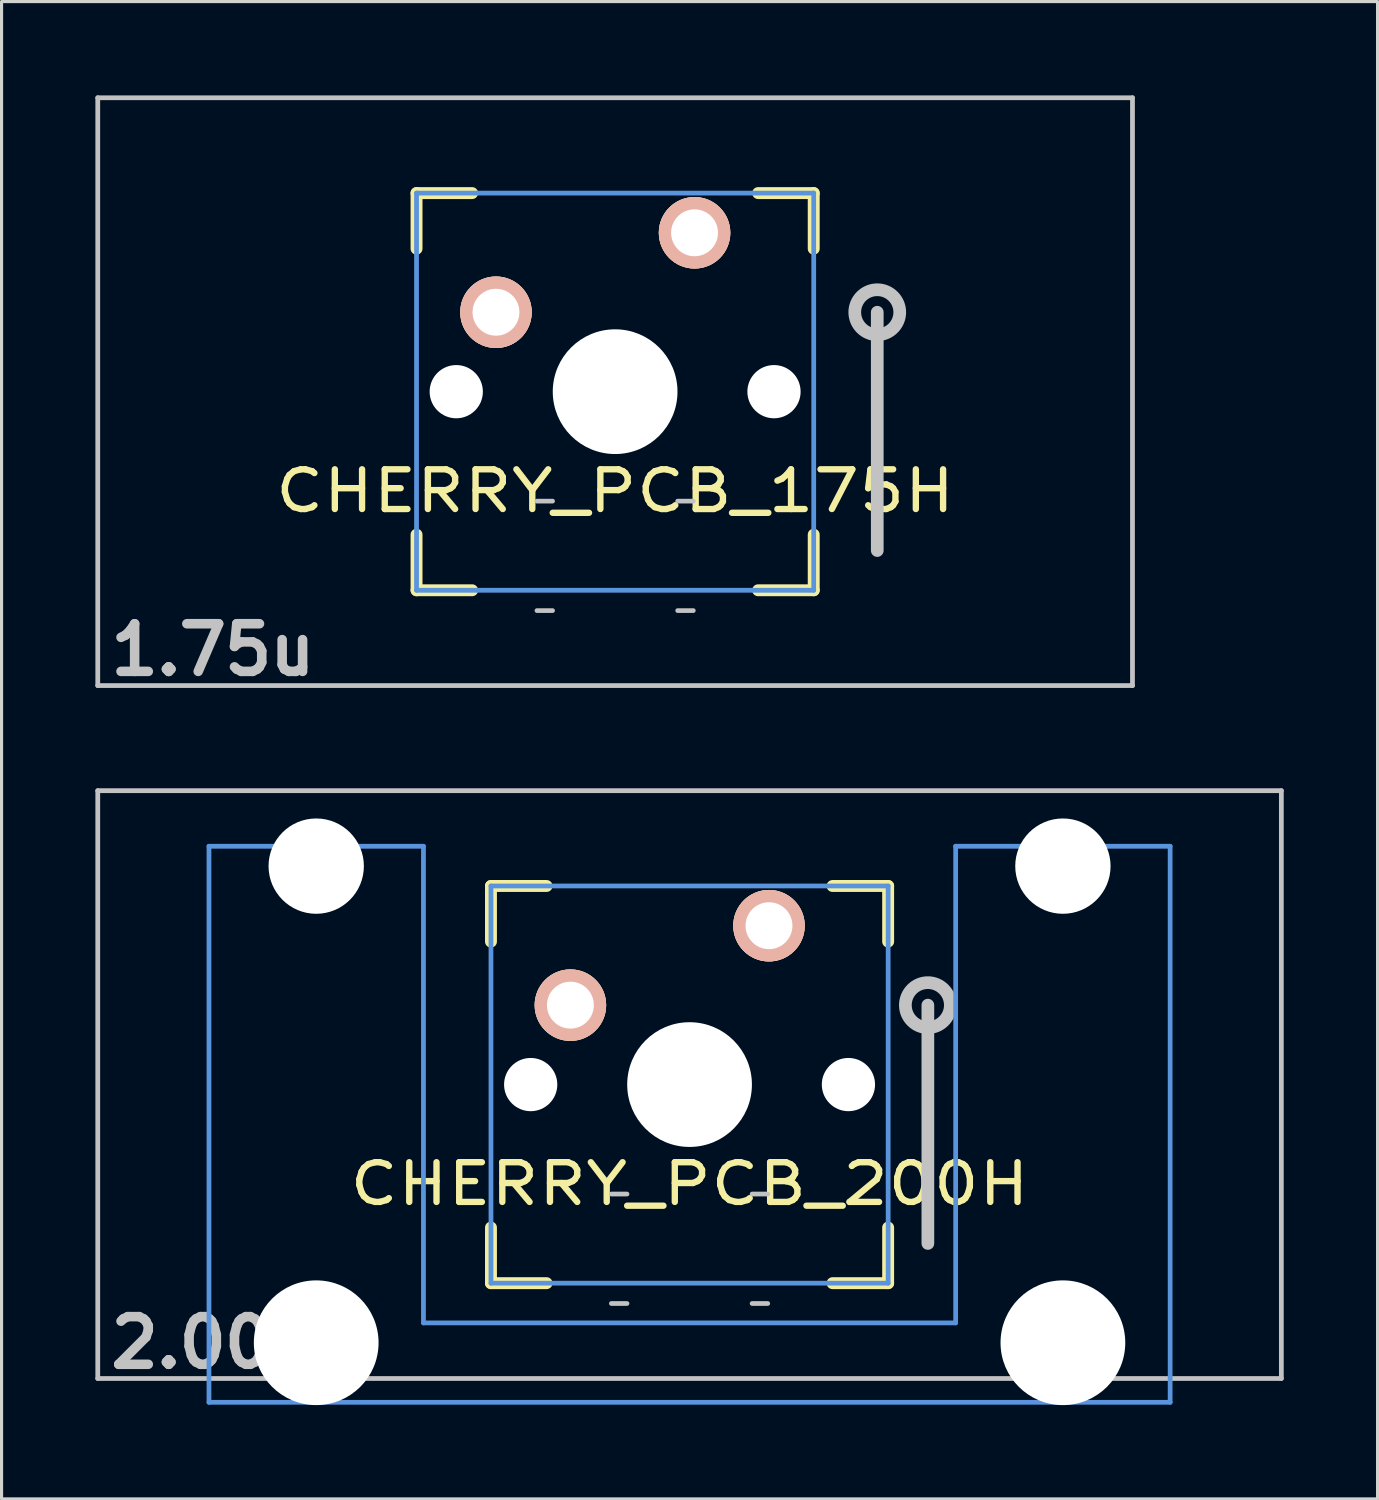
<source format=kicad_pcb>
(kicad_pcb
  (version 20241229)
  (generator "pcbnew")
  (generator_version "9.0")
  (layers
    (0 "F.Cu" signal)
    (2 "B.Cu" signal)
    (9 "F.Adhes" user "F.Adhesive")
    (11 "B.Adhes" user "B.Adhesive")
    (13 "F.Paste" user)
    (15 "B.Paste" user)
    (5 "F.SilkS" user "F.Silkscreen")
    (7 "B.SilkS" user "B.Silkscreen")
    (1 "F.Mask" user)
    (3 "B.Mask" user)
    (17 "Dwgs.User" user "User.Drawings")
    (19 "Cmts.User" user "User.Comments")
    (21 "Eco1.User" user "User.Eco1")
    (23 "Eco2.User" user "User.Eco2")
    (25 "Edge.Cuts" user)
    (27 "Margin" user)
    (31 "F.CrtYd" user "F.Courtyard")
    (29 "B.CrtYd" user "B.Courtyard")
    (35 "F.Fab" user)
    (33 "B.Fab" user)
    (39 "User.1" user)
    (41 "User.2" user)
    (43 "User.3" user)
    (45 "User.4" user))
  (footprint "CHERRY_PCB_200H"
    (layer "F.Cu")
    (at 18.999 31.63)
    (property "Reference" "CHERRY_PCB_200H" (at 0 3.175 0) (layer "F.SilkS") (effects (font (size 1.27 1.524) (thickness 0.203))))
    (attr through_hole)
    (fp_line (start -6.35 -6.35) (end -4.572 -6.35) (stroke (width 0.381) (type solid)) (layer "F.SilkS"))
    (fp_line (start -6.35 -4.572) (end -6.35 -6.35) (stroke (width 0.381) (type solid)) (layer "F.SilkS"))
    (fp_line (start -6.35 6.35) (end -6.35 4.572) (stroke (width 0.381) (type solid)) (layer "F.SilkS"))
    (fp_line (start -4.572 6.35) (end -6.35 6.35) (stroke (width 0.381) (type solid)) (layer "F.SilkS"))
    (fp_line (start 4.572 -6.35) (end 6.35 -6.35) (stroke (width 0.381) (type solid)) (layer "F.SilkS"))
    (fp_line (start 6.35 -6.35) (end 6.35 -4.572) (stroke (width 0.381) (type solid)) (layer "F.SilkS"))
    (fp_line (start 6.35 4.572) (end 6.35 6.35) (stroke (width 0.381) (type solid)) (layer "F.SilkS"))
    (fp_line (start 6.35 6.35) (end 4.572 6.35) (stroke (width 0.381) (type solid)) (layer "F.SilkS"))
    (fp_line (start -18.923 -9.398) (end 18.923 -9.398) (stroke (width 0.152) (type solid)) (layer "Dwgs.User"))
    (fp_line (start -18.923 9.398) (end -18.923 -9.398) (stroke (width 0.152) (type solid)) (layer "Dwgs.User"))
    (fp_line (start -2.5 3.5) (end -2 3.5) (stroke (width 0.15) (type solid)) (layer "Dwgs.User"))
    (fp_line (start -2.5 7) (end -2 7) (stroke (width 0.15) (type solid)) (layer "Dwgs.User"))
    (fp_line (start 2 3.5) (end 2.5 3.5) (stroke (width 0.15) (type solid)) (layer "Dwgs.User"))
    (fp_line (start 2 7) (end 2.5 7) (stroke (width 0.15) (type solid)) (layer "Dwgs.User"))
    (fp_line (start 7.62 -2.54) (end 7.62 5.08) (stroke (width 0.406) (type solid)) (layer "Dwgs.User"))
    (fp_line (start 18.923 -9.398) (end 18.923 9.398) (stroke (width 0.152) (type solid)) (layer "Dwgs.User"))
    (fp_line (start 18.923 9.398) (end -18.923 9.398) (stroke (width 0.152) (type solid)) (layer "Dwgs.User"))
    (fp_circle (center 7.62 -2.54) (end 8.23 -2.921) (stroke (width 0.406) (type solid)) (fill no) (layer "Dwgs.User"))
    (fp_line (start -15.367 -7.62) (end -15.367 10.16) (stroke (width 0.152) (type solid)) (layer "Cmts.User"))
    (fp_line (start -15.367 10.16) (end 15.367 10.16) (stroke (width 0.152) (type solid)) (layer "Cmts.User"))
    (fp_line (start -8.509 -7.62) (end -15.367 -7.62) (stroke (width 0.152) (type solid)) (layer "Cmts.User"))
    (fp_line (start -8.509 7.62) (end -8.509 -7.62) (stroke (width 0.152) (type solid)) (layer "Cmts.User"))
    (fp_line (start -6.35 -6.35) (end 6.35 -6.35) (stroke (width 0.152) (type solid)) (layer "Cmts.User"))
    (fp_line (start -6.35 6.35) (end -6.35 -6.35) (stroke (width 0.152) (type solid)) (layer "Cmts.User"))
    (fp_line (start 6.35 -6.35) (end 6.35 6.35) (stroke (width 0.152) (type solid)) (layer "Cmts.User"))
    (fp_line (start 6.35 6.35) (end -6.35 6.35) (stroke (width 0.152) (type solid)) (layer "Cmts.User"))
    (fp_line (start 8.509 -7.62) (end 8.509 7.62) (stroke (width 0.152) (type solid)) (layer "Cmts.User"))
    (fp_line (start 8.509 7.62) (end -8.509 7.62) (stroke (width 0.152) (type solid)) (layer "Cmts.User"))
    (fp_line (start 15.367 -7.62) (end 8.509 -7.62) (stroke (width 0.152) (type solid)) (layer "Cmts.User"))
    (fp_line (start 15.367 10.16) (end 15.367 -7.62) (stroke (width 0.152) (type solid)) (layer "Cmts.User"))
    (fp_line (start -16.129 -2.286) (end -15.265 -2.286) (stroke (width 0.152) (type solid)) (layer "Eco2.User"))
    (fp_line (start -16.129 0.508) (end -16.129 -2.286) (stroke (width 0.152) (type solid)) (layer "Eco2.User"))
    (fp_line (start -15.265 -5.69) (end -8.611 -5.69) (stroke (width 0.152) (type solid)) (layer "Eco2.User"))
    (fp_line (start -15.265 -2.286) (end -15.265 -5.69) (stroke (width 0.152) (type solid)) (layer "Eco2.User"))
    (fp_line (start -15.265 0.508) (end -16.129 0.508) (stroke (width 0.152) (type solid)) (layer "Eco2.User"))
    (fp_line (start -15.265 6.604) (end -15.265 0.508) (stroke (width 0.152) (type solid)) (layer "Eco2.User"))
    (fp_line (start -14.224 6.604) (end -15.265 6.604) (stroke (width 0.152) (type solid)) (layer "Eco2.User"))
    (fp_line (start -14.224 7.772) (end -14.224 6.604) (stroke (width 0.152) (type solid)) (layer "Eco2.User"))
    (fp_line (start -9.652 6.604) (end -9.652 7.772) (stroke (width 0.152) (type solid)) (layer "Eco2.User"))
    (fp_line (start -9.652 7.772) (end -14.224 7.772) (stroke (width 0.152) (type solid)) (layer "Eco2.User"))
    (fp_line (start -8.611 -5.69) (end -8.611 -4.877) (stroke (width 0.152) (type solid)) (layer "Eco2.User"))
    (fp_line (start -8.611 -4.877) (end -6.985 -4.877) (stroke (width 0.152) (type solid)) (layer "Eco2.User"))
    (fp_line (start -8.611 5.817) (end -8.611 6.604) (stroke (width 0.152) (type solid)) (layer "Eco2.User"))
    (fp_line (start -8.611 6.604) (end -9.652 6.604) (stroke (width 0.152) (type solid)) (layer "Eco2.User"))
    (fp_line (start -6.985 -6.985) (end 6.985 -6.985) (stroke (width 0.152) (type solid)) (layer "Eco2.User"))
    (fp_line (start -6.985 -4.877) (end -6.985 -6.985) (stroke (width 0.152) (type solid)) (layer "Eco2.User"))
    (fp_line (start -6.985 5.817) (end -8.611 5.817) (stroke (width 0.152) (type solid)) (layer "Eco2.User"))
    (fp_line (start -6.985 6.985) (end -6.985 5.817) (stroke (width 0.152) (type solid)) (layer "Eco2.User"))
    (fp_line (start 6.985 -6.985) (end 6.985 -4.877) (stroke (width 0.152) (type solid)) (layer "Eco2.User"))
    (fp_line (start 6.985 -4.877) (end 8.611 -4.877) (stroke (width 0.152) (type solid)) (layer "Eco2.User"))
    (fp_line (start 6.985 5.817) (end 6.985 6.985) (stroke (width 0.152) (type solid)) (layer "Eco2.User"))
    (fp_line (start 6.985 6.985) (end -6.985 6.985) (stroke (width 0.152) (type solid)) (layer "Eco2.User"))
    (fp_line (start 8.611 -5.69) (end 15.265 -5.69) (stroke (width 0.152) (type solid)) (layer "Eco2.User"))
    (fp_line (start 8.611 -4.877) (end 8.611 -5.69) (stroke (width 0.152) (type solid)) (layer "Eco2.User"))
    (fp_line (start 8.611 5.817) (end 6.985 5.817) (stroke (width 0.152) (type solid)) (layer "Eco2.User"))
    (fp_line (start 8.611 6.604) (end 8.611 5.817) (stroke (width 0.152) (type solid)) (layer "Eco2.User"))
    (fp_line (start 9.652 6.604) (end 8.611 6.604) (stroke (width 0.152) (type solid)) (layer "Eco2.User"))
    (fp_line (start 9.652 7.772) (end 9.652 6.604) (stroke (width 0.152) (type solid)) (layer "Eco2.User"))
    (fp_line (start 14.224 6.604) (end 14.224 7.772) (stroke (width 0.152) (type solid)) (layer "Eco2.User"))
    (fp_line (start 14.224 7.772) (end 9.652 7.772) (stroke (width 0.152) (type solid)) (layer "Eco2.User"))
    (fp_line (start 15.265 -5.69) (end 15.265 -2.286) (stroke (width 0.152) (type solid)) (layer "Eco2.User"))
    (fp_line (start 15.265 -2.286) (end 16.129 -2.286) (stroke (width 0.152) (type solid)) (layer "Eco2.User"))
    (fp_line (start 15.265 0.508) (end 15.265 6.604) (stroke (width 0.152) (type solid)) (layer "Eco2.User"))
    (fp_line (start 15.265 6.604) (end 14.224 6.604) (stroke (width 0.152) (type solid)) (layer "Eco2.User"))
    (fp_line (start 16.129 -2.286) (end 16.129 0.508) (stroke (width 0.152) (type solid)) (layer "Eco2.User"))
    (fp_line (start 16.129 0.508) (end 15.265 0.508) (stroke (width 0.152) (type solid)) (layer "Eco2.User"))
    (fp_text user "2.00u" (at -15.24 8.255 0) (layer "Dwgs.User") (effects (font (size 1.524 1.524) (thickness 0.305))))
    (pad "" np_thru_hole circle (at -11.938 -6.985) (size 3.048 3.048) (drill 3.048) (layers "*.Cu"))
    (pad "" np_thru_hole circle (at -11.938 8.255) (size 3.988 3.988) (drill 3.988) (layers "*.Cu"))
    (pad "" np_thru_hole circle (at -5.08 0) (size 1.702 1.702) (drill 1.702) (layers "*.Cu"))
    (pad "" np_thru_hole circle (at 0 0) (size 3.988 3.988) (drill 3.988) (layers "*.Cu"))
    (pad "" np_thru_hole circle (at 5.08 0) (size 1.702 1.702) (drill 1.702) (layers "*.Cu"))
    (pad "" np_thru_hole circle (at 11.938 -6.985) (size 3.048 3.048) (drill 3.048) (layers "*.Cu"))
    (pad "" np_thru_hole circle (at 11.938 8.255) (size 3.988 3.988) (drill 3.988) (layers "*.Cu"))
    (pad "1" thru_hole circle (at 2.54 -5.08) (size 2.286 2.286) (drill 1.499) (layers "*.Cu" "*.SilkS" "*.Mask"))
    (pad "2" thru_hole circle (at -3.81 -2.54) (size 2.286 2.286) (drill 1.499) (layers "*.Cu" "*.SilkS" "*.Mask")))
  (footprint "CHERRY_PCB_175H"
    (layer "F.Cu")
    (at 16.619 9.474)
    (property "Reference" "CHERRY_PCB_175H" (at 0 3.175 0) (layer "F.SilkS") (effects (font (size 1.27 1.524) (thickness 0.203))))
    (attr through_hole)
    (fp_line (start -6.35 -6.35) (end -4.572 -6.35) (stroke (width 0.381) (type solid)) (layer "F.SilkS"))
    (fp_line (start -6.35 -4.572) (end -6.35 -6.35) (stroke (width 0.381) (type solid)) (layer "F.SilkS"))
    (fp_line (start -6.35 6.35) (end -6.35 4.572) (stroke (width 0.381) (type solid)) (layer "F.SilkS"))
    (fp_line (start -4.572 6.35) (end -6.35 6.35) (stroke (width 0.381) (type solid)) (layer "F.SilkS"))
    (fp_line (start 4.572 -6.35) (end 6.35 -6.35) (stroke (width 0.381) (type solid)) (layer "F.SilkS"))
    (fp_line (start 6.35 -6.35) (end 6.35 -4.572) (stroke (width 0.381) (type solid)) (layer "F.SilkS"))
    (fp_line (start 6.35 4.572) (end 6.35 6.35) (stroke (width 0.381) (type solid)) (layer "F.SilkS"))
    (fp_line (start 6.35 6.35) (end 4.572 6.35) (stroke (width 0.381) (type solid)) (layer "F.SilkS"))
    (fp_line (start -16.543 -9.398) (end 16.543 -9.398) (stroke (width 0.152) (type solid)) (layer "Dwgs.User"))
    (fp_line (start -16.543 9.398) (end -16.543 -9.398) (stroke (width 0.152) (type solid)) (layer "Dwgs.User"))
    (fp_line (start -2.5 3.5) (end -2 3.5) (stroke (width 0.15) (type solid)) (layer "Dwgs.User"))
    (fp_line (start -2.5 7) (end -2 7) (stroke (width 0.15) (type solid)) (layer "Dwgs.User"))
    (fp_line (start 2 3.5) (end 2.5 3.5) (stroke (width 0.15) (type solid)) (layer "Dwgs.User"))
    (fp_line (start 2 7) (end 2.5 7) (stroke (width 0.15) (type solid)) (layer "Dwgs.User"))
    (fp_line (start 8.382 -2.54) (end 8.382 5.08) (stroke (width 0.406) (type solid)) (layer "Dwgs.User"))
    (fp_line (start 16.543 -9.398) (end 16.543 9.398) (stroke (width 0.152) (type solid)) (layer "Dwgs.User"))
    (fp_line (start 16.543 9.398) (end -16.543 9.398) (stroke (width 0.152) (type solid)) (layer "Dwgs.User"))
    (fp_circle (center 8.382 -2.54) (end 8.992 -2.921) (stroke (width 0.406) (type solid)) (fill no) (layer "Dwgs.User"))
    (fp_line (start -6.35 -6.35) (end 6.35 -6.35) (stroke (width 0.152) (type solid)) (layer "Cmts.User"))
    (fp_line (start -6.35 6.35) (end -6.35 -6.35) (stroke (width 0.152) (type solid)) (layer "Cmts.User"))
    (fp_line (start 6.35 -6.35) (end 6.35 6.35) (stroke (width 0.152) (type solid)) (layer "Cmts.User"))
    (fp_line (start 6.35 6.35) (end -6.35 6.35) (stroke (width 0.152) (type solid)) (layer "Cmts.User"))
    (fp_line (start -6.985 -6.985) (end 6.985 -6.985) (stroke (width 0.152) (type solid)) (layer "Eco2.User"))
    (fp_line (start -6.985 6.985) (end -6.985 -6.985) (stroke (width 0.152) (type solid)) (layer "Eco2.User"))
    (fp_line (start 6.985 -6.985) (end 6.985 6.985) (stroke (width 0.152) (type solid)) (layer "Eco2.User"))
    (fp_line (start 6.985 6.985) (end -6.985 6.985) (stroke (width 0.152) (type solid)) (layer "Eco2.User"))
    (fp_text user "1.75u" (at -12.86 8.255 0) (layer "Dwgs.User") (effects (font (size 1.524 1.524) (thickness 0.305))))
    (pad "" np_thru_hole circle (at -5.08 0) (size 1.702 1.702) (drill 1.702) (layers "*.Cu"))
    (pad "" np_thru_hole circle (at 0 0) (size 3.988 3.988) (drill 3.988) (layers "*.Cu"))
    (pad "" np_thru_hole circle (at 5.08 0) (size 1.702 1.702) (drill 1.702) (layers "*.Cu"))
    (pad "1" thru_hole circle (at 2.54 -5.08) (size 2.286 2.286) (drill 1.499) (layers "*.Cu" "*.SilkS" "*.Mask"))
    (pad "2" thru_hole circle (at -3.81 -2.54) (size 2.286 2.286) (drill 1.499) (layers "*.Cu" "*.SilkS" "*.Mask")))
  (gr_rect
    (start -3 -3)
    (end 40.998 44.879)
    (stroke (width 0.1) (type default))
    (fill no)
    (layer "Edge.Cuts")))
</source>
